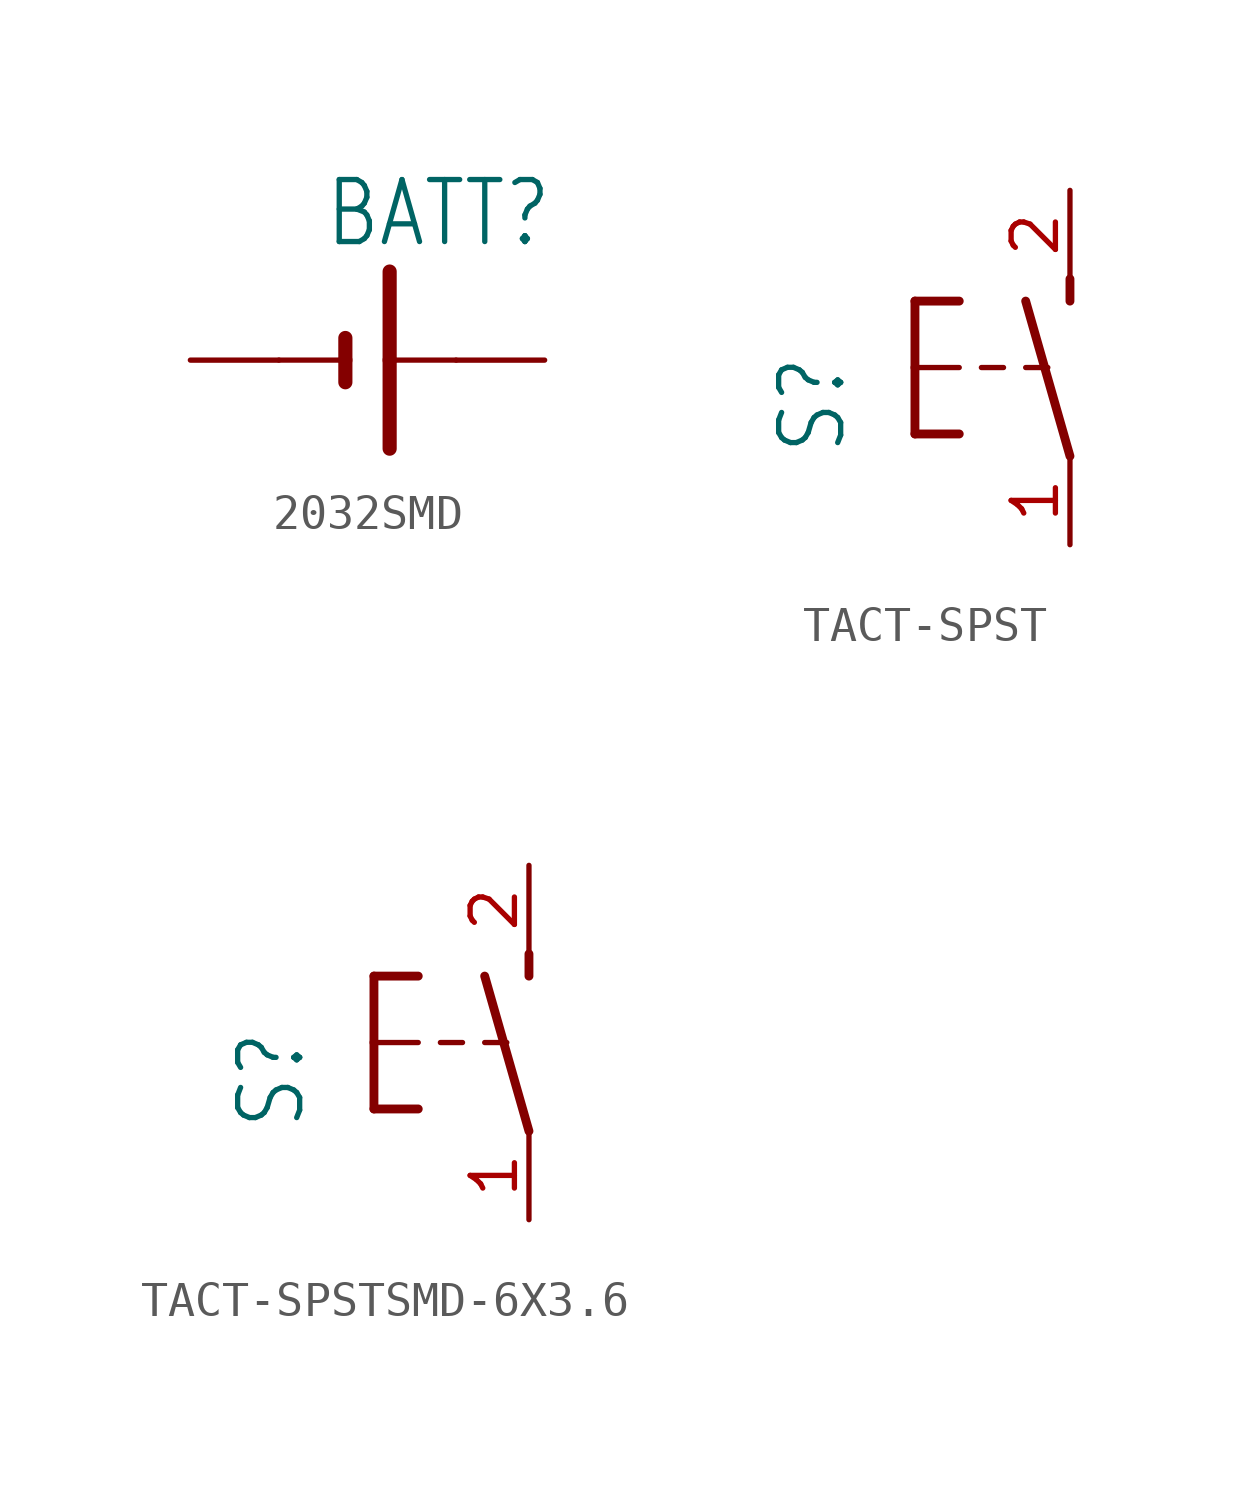
<source format=kicad_sym>
(kicad_symbol_lib
  (version 20220914)
  (generator kicad_symbol_editor)
  (symbol "2032SMD"
    (property "Reference" "BATT"
      (at -1.27 3.175 0)
      (effects (font (size 1.778 1.511)) (justify left bottom)))
    (property "ki_locked" ""
      (at 0 0 0)
      (effects (font (size 1.27 1.27))))
    (symbol "2032SMD_1_0"
      (polyline (pts (xy -2.54 0) (xy -0.635 0)) (stroke (width 0.152) (type solid)) (fill (type none)))
      (polyline (pts (xy -0.635 0) (xy -0.635 -0.635)) (stroke (width 0.406) (type solid)) (fill (type none)))
      (polyline (pts (xy -0.635 0.635) (xy -0.635 0)) (stroke (width 0.406) (type solid)) (fill (type none)))
      (polyline (pts (xy 0.635 0) (xy 0.635 -2.54)) (stroke (width 0.406) (type solid)) (fill (type none)))
      (polyline (pts (xy 0.635 0) (xy 2.54 0)) (stroke (width 0.152) (type solid)) (fill (type none)))
      (polyline (pts (xy 0.635 2.54) (xy 0.635 0)) (stroke (width 0.406) (type solid)) (fill (type none)))
      (pin passive line (at 5.08 0 180) (length 2.54) (name "+" (effects (font (size 0 0)))) (number "+" (effects (font (size 0 0)))))
      (pin passive line (at -5.08 0 0) (length 2.54) (name "-" (effects (font (size 0 0)))) (number "-" (effects (font (size 0 0)))))))
  (symbol "TACT-SPST"
    (property "Reference" "S"
      (at -6.35 -2.54 90)
      (effects (font (size 1.778 1.511)) (justify left bottom)))
    (property "Value" ""
      (at -3.81 3.175 90)
      (effects (font (size 1.778 1.511)) (justify left bottom)))
    (property "ki_locked" ""
      (at 0 0 0)
      (effects (font (size 1.27 1.27))))
    (symbol "TACT-SPST_1_0"
      (polyline (pts (xy -4.445 -1.905) (xy -3.175 -1.905)) (stroke (width 0.254) (type solid)) (fill (type none)))
      (polyline (pts (xy -4.445 0) (xy -4.445 -1.905)) (stroke (width 0.254) (type solid)) (fill (type none)))
      (polyline (pts (xy -4.445 0) (xy -3.175 0)) (stroke (width 0.152) (type solid)) (fill (type none)))
      (polyline (pts (xy -4.445 1.905) (xy -4.445 0)) (stroke (width 0.254) (type solid)) (fill (type none)))
      (polyline (pts (xy -4.445 1.905) (xy -3.175 1.905)) (stroke (width 0.254) (type solid)) (fill (type none)))
      (polyline (pts (xy -2.54 0) (xy -1.905 0)) (stroke (width 0.152) (type solid)) (fill (type none)))
      (polyline (pts (xy -1.27 0) (xy -0.635 0)) (stroke (width 0.152) (type solid)) (fill (type none)))
      (polyline (pts (xy 0 -2.54) (xy -1.27 1.905)) (stroke (width 0.254) (type solid)) (fill (type none)))
      (polyline (pts (xy 0 1.905) (xy 0 2.54)) (stroke (width 0.254) (type solid)) (fill (type none)))
      (pin passive line (at 0 -5.08 90) (length 2.54) (name "P" (effects (font (size 0 0)))) (number "1" (effects (font (size 1.27 1.27)))))
      (pin passive line (at 0 5.08 270) (length 2.54) (name "S" (effects (font (size 0 0)))) (number "2" (effects (font (size 1.27 1.27)))))))
  (symbol "TACT-SPSTSMD-6X3.6"
    (property "Reference" "S"
      (at -6.35 -2.54 90)
      (effects (font (size 1.778 1.511)) (justify left bottom)))
    (property "Value" ""
      (at -3.81 3.175 90)
      (effects (font (size 1.778 1.511)) (justify left bottom)))
    (property "ki_locked" ""
      (at 0 0 0)
      (effects (font (size 1.27 1.27))))
    (symbol "TACT-SPSTSMD-6X3.6_1_0"
      (polyline (pts (xy -4.445 -1.905) (xy -3.175 -1.905)) (stroke (width 0.254) (type solid)) (fill (type none)))
      (polyline (pts (xy -4.445 0) (xy -4.445 -1.905)) (stroke (width 0.254) (type solid)) (fill (type none)))
      (polyline (pts (xy -4.445 0) (xy -3.175 0)) (stroke (width 0.152) (type solid)) (fill (type none)))
      (polyline (pts (xy -4.445 1.905) (xy -4.445 0)) (stroke (width 0.254) (type solid)) (fill (type none)))
      (polyline (pts (xy -4.445 1.905) (xy -3.175 1.905)) (stroke (width 0.254) (type solid)) (fill (type none)))
      (polyline (pts (xy -2.54 0) (xy -1.905 0)) (stroke (width 0.152) (type solid)) (fill (type none)))
      (polyline (pts (xy -1.27 0) (xy -0.635 0)) (stroke (width 0.152) (type solid)) (fill (type none)))
      (polyline (pts (xy 0 -2.54) (xy -1.27 1.905)) (stroke (width 0.254) (type solid)) (fill (type none)))
      (polyline (pts (xy 0 1.905) (xy 0 2.54)) (stroke (width 0.254) (type solid)) (fill (type none)))
      (pin passive line (at 0 -5.08 90) (length 2.54) (name "P" (effects (font (size 0 0)))) (number "1" (effects (font (size 1.27 1.27)))))
      (pin passive line (at 0 5.08 270) (length 2.54) (name "S" (effects (font (size 0 0)))) (number "2" (effects (font (size 1.27 1.27))))))))
</source>
